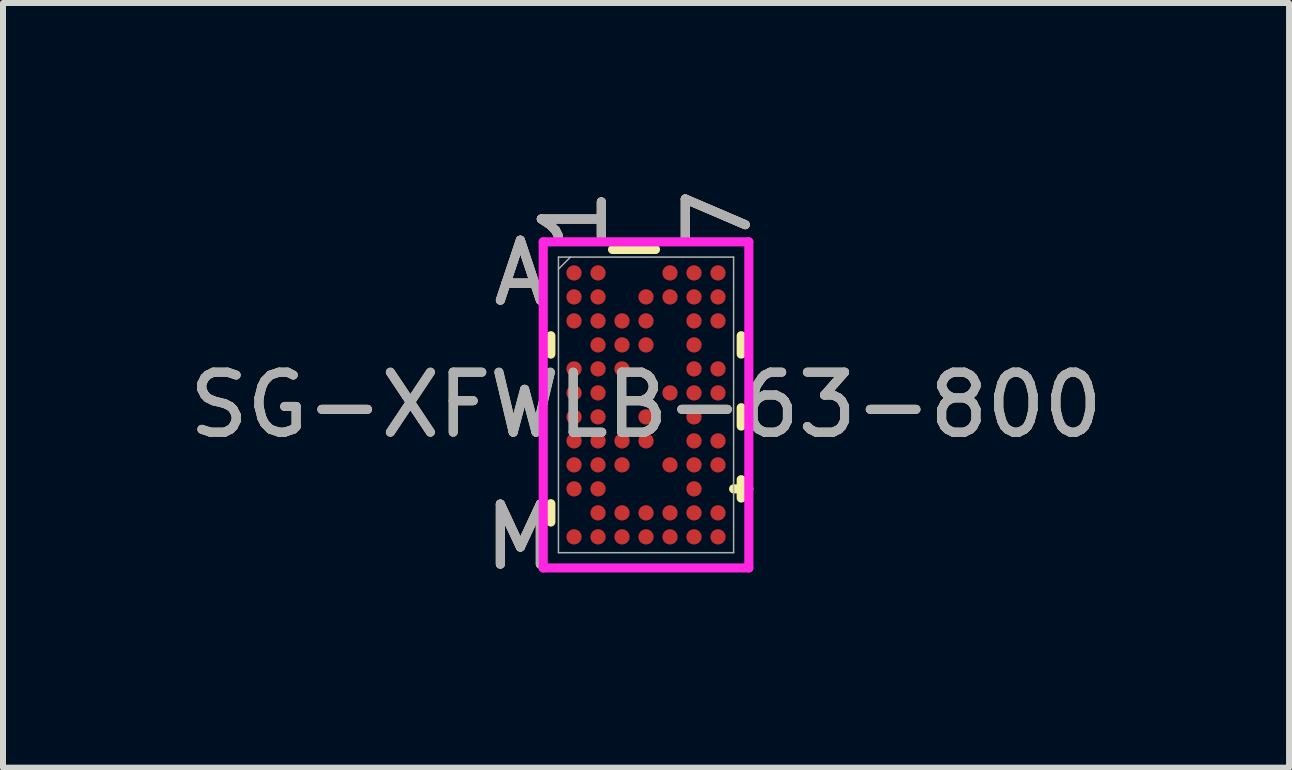
<source format=kicad_pcb>
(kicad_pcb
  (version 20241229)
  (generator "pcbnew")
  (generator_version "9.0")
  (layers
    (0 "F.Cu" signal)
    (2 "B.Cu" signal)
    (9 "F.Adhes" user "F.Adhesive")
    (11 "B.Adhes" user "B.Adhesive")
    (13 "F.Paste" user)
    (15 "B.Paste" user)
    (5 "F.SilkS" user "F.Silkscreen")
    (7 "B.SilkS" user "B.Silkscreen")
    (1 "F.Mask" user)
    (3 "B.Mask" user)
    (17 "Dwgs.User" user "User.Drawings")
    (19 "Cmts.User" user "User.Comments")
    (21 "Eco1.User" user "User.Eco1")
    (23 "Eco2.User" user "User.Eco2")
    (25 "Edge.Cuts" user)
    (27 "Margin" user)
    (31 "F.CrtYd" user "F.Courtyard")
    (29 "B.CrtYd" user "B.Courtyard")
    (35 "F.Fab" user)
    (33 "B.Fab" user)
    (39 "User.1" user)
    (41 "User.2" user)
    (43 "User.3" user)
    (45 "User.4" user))
  (footprint "SG-XFWLB-63-800"
    (layer "F.Cu")
    (at 7.72 3.7)
    (property "Reference" "SG-XFWLB-63-800" (at 0 0 0) (unlocked yes) (layer "F.SilkS") (effects (font (size 1 1) (thickness 0.15))))
    (attr smd)
    (fp_line (start -1.587 -1.153) (end -1.587 -0.847) (stroke (width 0.152) (type solid)) (layer "F.SilkS"))
    (fp_line (start -1.587 1.647) (end -1.587 1.953) (stroke (width 0.152) (type solid)) (layer "F.SilkS"))
    (fp_line (start 0.158 -2.591) (end -0.558 -2.591) (stroke (width 0.152) (type solid)) (layer "F.SilkS"))
    (fp_line (start 1.46 1.4) (end 1.714 1.4) (stroke (width 0.152) (type solid)) (layer "F.SilkS"))
    (fp_line (start 1.587 -0.847) (end 1.587 -1.153) (stroke (width 0.152) (type solid)) (layer "F.SilkS"))
    (fp_line (start 1.587 0.353) (end 1.587 0.047) (stroke (width 0.152) (type solid)) (layer "F.SilkS"))
    (fp_line (start 1.587 1.553) (end 1.587 1.247) (stroke (width 0.152) (type solid)) (layer "F.SilkS"))
    (fp_poly (pts (xy -1.845 -2.845) (xy 1.845 -2.845) (xy 1.845 2.845) (xy -1.845 2.845)) (stroke (width 0.1) (type solid)) (fill no) (layer "Eco2.User"))
    (fp_line (start -1.714 -2.718) (end 1.714 -2.718) (stroke (width 0.152) (type solid)) (layer "F.CrtYd"))
    (fp_line (start -1.714 2.718) (end -1.714 -2.718) (stroke (width 0.152) (type solid)) (layer "F.CrtYd"))
    (fp_line (start 1.714 -2.718) (end 1.714 2.718) (stroke (width 0.152) (type solid)) (layer "F.CrtYd"))
    (fp_line (start 1.714 2.718) (end -1.714 2.718) (stroke (width 0.152) (type solid)) (layer "F.CrtYd"))
    (fp_line (start -1.46 -2.464) (end -1.46 2.464) (stroke (width 0.025) (type solid)) (layer "F.Fab"))
    (fp_line (start -1.46 2.464) (end 1.46 2.464) (stroke (width 0.025) (type solid)) (layer "F.Fab"))
    (fp_line (start -1.26 -2.464) (end -1.46 -2.264) (stroke (width 0.025) (type solid)) (layer "F.Fab"))
    (fp_line (start 1.46 -2.464) (end -1.46 -2.464) (stroke (width 0.025) (type solid)) (layer "F.Fab"))
    (fp_line (start 1.46 2.464) (end 1.46 -2.464) (stroke (width 0.025) (type solid)) (layer "F.Fab"))
    (fp_text user "1" (at -1.2 -3.099 90) (unlocked yes) (layer "F.SilkS") (effects (font (size 1 1) (thickness 0.15))))
    (fp_text user "M" (at -2.095 2.2 0) (unlocked yes) (layer "F.SilkS") (effects (font (size 1 1) (thickness 0.15))))
    (fp_text user "7" (at 1.2 -3.099 90) (unlocked yes) (layer "F.SilkS") (effects (font (size 1 1) (thickness 0.15))))
    (fp_text user "A" (at -2.095 -2.2 0) (unlocked yes) (layer "F.SilkS") (effects (font (size 1 1) (thickness 0.15))))
    (fp_text user "A" (at -2.095 -2.2 0) (unlocked yes) (layer "B.SilkS") (effects (font (size 1 1) (thickness 0.15))))
    (fp_text user "7" (at 1.2 -3.099 90) (unlocked yes) (layer "B.SilkS") (effects (font (size 1 1) (thickness 0.15))))
    (fp_text user "M" (at -2.095 2.2 0) (unlocked yes) (layer "B.SilkS") (effects (font (size 1 1) (thickness 0.15))))
    (fp_text user "1" (at -1.2 -3.099 90) (unlocked yes) (layer "B.SilkS") (effects (font (size 1 1) (thickness 0.15))))
    (fp_text user "M" (at -2.095 2.2 0) (unlocked yes) (layer "F.Fab") (effects (font (size 1 1) (thickness 0.15))))
    (fp_text user "7" (at 1.2 -3.099 90) (unlocked yes) (layer "F.Fab") (effects (font (size 1 1) (thickness 0.15))))
    (fp_text user "A" (at -2.095 -2.2 0) (unlocked yes) (layer "F.Fab") (effects (font (size 1 1) (thickness 0.15))))
    (fp_text user "1" (at -1.2 -3.099 90) (unlocked yes) (layer "F.Fab") (effects (font (size 1 1) (thickness 0.15))))
    (fp_text user "${REFERENCE}" (at 0 0 0) (unlocked yes) (layer "F.Fab") (effects (font (size 1 1) (thickness 0.15))))
    (pad "A1" smd circle (at -1.2 -2.2) (size 0.254 0.254) (layers "F.Cu" "F.Mask" "F.Paste"))
    (pad "A2" smd circle (at -0.8 -2.2) (size 0.254 0.254) (layers "F.Cu" "F.Mask" "F.Paste"))
    (pad "A5" smd circle (at 0.4 -2.2) (size 0.254 0.254) (layers "F.Cu" "F.Mask" "F.Paste"))
    (pad "A6" smd circle (at 0.8 -2.2) (size 0.254 0.254) (layers "F.Cu" "F.Mask" "F.Paste"))
    (pad "A7" smd circle (at 1.2 -2.2) (size 0.254 0.254) (layers "F.Cu" "F.Mask" "F.Paste"))
    (pad "B1" smd circle (at -1.2 -1.8) (size 0.254 0.254) (layers "F.Cu" "F.Mask" "F.Paste"))
    (pad "B2" smd circle (at -0.8 -1.8) (size 0.254 0.254) (layers "F.Cu" "F.Mask" "F.Paste"))
    (pad "B4" smd circle (at 0 -1.8) (size 0.254 0.254) (layers "F.Cu" "F.Mask" "F.Paste"))
    (pad "B5" smd circle (at 0.4 -1.8) (size 0.254 0.254) (layers "F.Cu" "F.Mask" "F.Paste"))
    (pad "B6" smd circle (at 0.8 -1.8) (size 0.254 0.254) (layers "F.Cu" "F.Mask" "F.Paste"))
    (pad "B7" smd circle (at 1.2 -1.8) (size 0.254 0.254) (layers "F.Cu" "F.Mask" "F.Paste"))
    (pad "C1" smd circle (at -1.2 -1.4) (size 0.254 0.254) (layers "F.Cu" "F.Mask" "F.Paste"))
    (pad "C2" smd circle (at -0.8 -1.4) (size 0.254 0.254) (layers "F.Cu" "F.Mask" "F.Paste"))
    (pad "C3" smd circle (at -0.4 -1.4) (size 0.254 0.254) (layers "F.Cu" "F.Mask" "F.Paste"))
    (pad "C4" smd circle (at 0 -1.4) (size 0.254 0.254) (layers "F.Cu" "F.Mask" "F.Paste"))
    (pad "C6" smd circle (at 0.8 -1.4) (size 0.254 0.254) (layers "F.Cu" "F.Mask" "F.Paste"))
    (pad "C7" smd circle (at 1.2 -1.4) (size 0.254 0.254) (layers "F.Cu" "F.Mask" "F.Paste"))
    (pad "D2" smd circle (at -0.8 -1) (size 0.254 0.254) (layers "F.Cu" "F.Mask" "F.Paste"))
    (pad "D3" smd circle (at -0.4 -1) (size 0.254 0.254) (layers "F.Cu" "F.Mask" "F.Paste"))
    (pad "D4" smd circle (at 0 -1) (size 0.254 0.254) (layers "F.Cu" "F.Mask" "F.Paste"))
    (pad "D6" smd circle (at 0.8 -1) (size 0.254 0.254) (layers "F.Cu" "F.Mask" "F.Paste"))
    (pad "E1" smd circle (at -1.2 -0.6) (size 0.254 0.254) (layers "F.Cu" "F.Mask" "F.Paste"))
    (pad "E2" smd circle (at -0.8 -0.6) (size 0.254 0.254) (layers "F.Cu" "F.Mask" "F.Paste"))
    (pad "E3" smd circle (at -0.4 -0.6) (size 0.254 0.254) (layers "F.Cu" "F.Mask" "F.Paste"))
    (pad "E6" smd circle (at 0.8 -0.6) (size 0.254 0.254) (layers "F.Cu" "F.Mask" "F.Paste"))
    (pad "E7" smd circle (at 1.2 -0.6) (size 0.254 0.254) (layers "F.Cu" "F.Mask" "F.Paste"))
    (pad "F1" smd circle (at -1.2 -0.2) (size 0.254 0.254) (layers "F.Cu" "F.Mask" "F.Paste"))
    (pad "F2" smd circle (at -0.8 -0.2) (size 0.254 0.254) (layers "F.Cu" "F.Mask" "F.Paste"))
    (pad "F5" smd circle (at 0.4 -0.2) (size 0.254 0.254) (layers "F.Cu" "F.Mask" "F.Paste"))
    (pad "F6" smd circle (at 0.8 -0.2) (size 0.254 0.254) (layers "F.Cu" "F.Mask" "F.Paste"))
    (pad "F7" smd circle (at 1.2 -0.2) (size 0.254 0.254) (layers "F.Cu" "F.Mask" "F.Paste"))
    (pad "G1" smd circle (at -1.2 0.2) (size 0.254 0.254) (layers "F.Cu" "F.Mask" "F.Paste"))
    (pad "G2" smd circle (at -0.8 0.2) (size 0.254 0.254) (layers "F.Cu" "F.Mask" "F.Paste"))
    (pad "G4" smd circle (at 0 0.2) (size 0.254 0.254) (layers "F.Cu" "F.Mask" "F.Paste"))
    (pad "G6" smd circle (at 0.8 0.2) (size 0.254 0.254) (layers "F.Cu" "F.Mask" "F.Paste"))
    (pad "H1" smd circle (at -1.2 0.6) (size 0.254 0.254) (layers "F.Cu" "F.Mask" "F.Paste"))
    (pad "H2" smd circle (at -0.8 0.6) (size 0.254 0.254) (layers "F.Cu" "F.Mask" "F.Paste"))
    (pad "H3" smd circle (at -0.4 0.6) (size 0.254 0.254) (layers "F.Cu" "F.Mask" "F.Paste"))
    (pad "H4" smd circle (at 0 0.6) (size 0.254 0.254) (layers "F.Cu" "F.Mask" "F.Paste"))
    (pad "H6" smd circle (at 0.8 0.6) (size 0.254 0.254) (layers "F.Cu" "F.Mask" "F.Paste"))
    (pad "H7" smd circle (at 1.2 0.6) (size 0.254 0.254) (layers "F.Cu" "F.Mask" "F.Paste"))
    (pad "J1" smd circle (at -1.2 1) (size 0.254 0.254) (layers "F.Cu" "F.Mask" "F.Paste"))
    (pad "J2" smd circle (at -0.8 1) (size 0.254 0.254) (layers "F.Cu" "F.Mask" "F.Paste"))
    (pad "J3" smd circle (at -0.4 1) (size 0.254 0.254) (layers "F.Cu" "F.Mask" "F.Paste"))
    (pad "J5" smd circle (at 0.4 1) (size 0.254 0.254) (layers "F.Cu" "F.Mask" "F.Paste"))
    (pad "J6" smd circle (at 0.8 1) (size 0.254 0.254) (layers "F.Cu" "F.Mask" "F.Paste"))
    (pad "J7" smd circle (at 1.2 1) (size 0.254 0.254) (layers "F.Cu" "F.Mask" "F.Paste"))
    (pad "K1" smd circle (at -1.2 1.4) (size 0.254 0.254) (layers "F.Cu" "F.Mask" "F.Paste"))
    (pad "K2" smd circle (at -0.8 1.4) (size 0.254 0.254) (layers "F.Cu" "F.Mask" "F.Paste"))
    (pad "K6" smd circle (at 0.8 1.4) (size 0.254 0.254) (layers "F.Cu" "F.Mask" "F.Paste"))
    (pad "L2" smd circle (at -0.8 1.8) (size 0.254 0.254) (layers "F.Cu" "F.Mask" "F.Paste"))
    (pad "L3" smd circle (at -0.4 1.8) (size 0.254 0.254) (layers "F.Cu" "F.Mask" "F.Paste"))
    (pad "L4" smd circle (at 0 1.8) (size 0.254 0.254) (layers "F.Cu" "F.Mask" "F.Paste"))
    (pad "L5" smd circle (at 0.4 1.8) (size 0.254 0.254) (layers "F.Cu" "F.Mask" "F.Paste"))
    (pad "L6" smd circle (at 0.8 1.8) (size 0.254 0.254) (layers "F.Cu" "F.Mask" "F.Paste"))
    (pad "L7" smd circle (at 1.2 1.8) (size 0.254 0.254) (layers "F.Cu" "F.Mask" "F.Paste"))
    (pad "M1" smd circle (at -1.2 2.2) (size 0.254 0.254) (layers "F.Cu" "F.Mask" "F.Paste"))
    (pad "M2" smd circle (at -0.8 2.2) (size 0.254 0.254) (layers "F.Cu" "F.Mask" "F.Paste"))
    (pad "M3" smd circle (at -0.4 2.2) (size 0.254 0.254) (layers "F.Cu" "F.Mask" "F.Paste"))
    (pad "M4" smd circle (at 0 2.2) (size 0.254 0.254) (layers "F.Cu" "F.Mask" "F.Paste"))
    (pad "M5" smd circle (at 0.4 2.2) (size 0.254 0.254) (layers "F.Cu" "F.Mask" "F.Paste"))
    (pad "M6" smd circle (at 0.8 2.2) (size 0.254 0.254) (layers "F.Cu" "F.Mask" "F.Paste"))
    (pad "M7" smd circle (at 1.2 2.2) (size 0.254 0.254) (layers "F.Cu" "F.Mask" "F.Paste")))
  (gr_rect
    (start -3 -3)
    (end 18.44 9.748)
    (stroke (width 0.1) (type default))
    (fill no)
    (layer "Edge.Cuts")))
</source>
